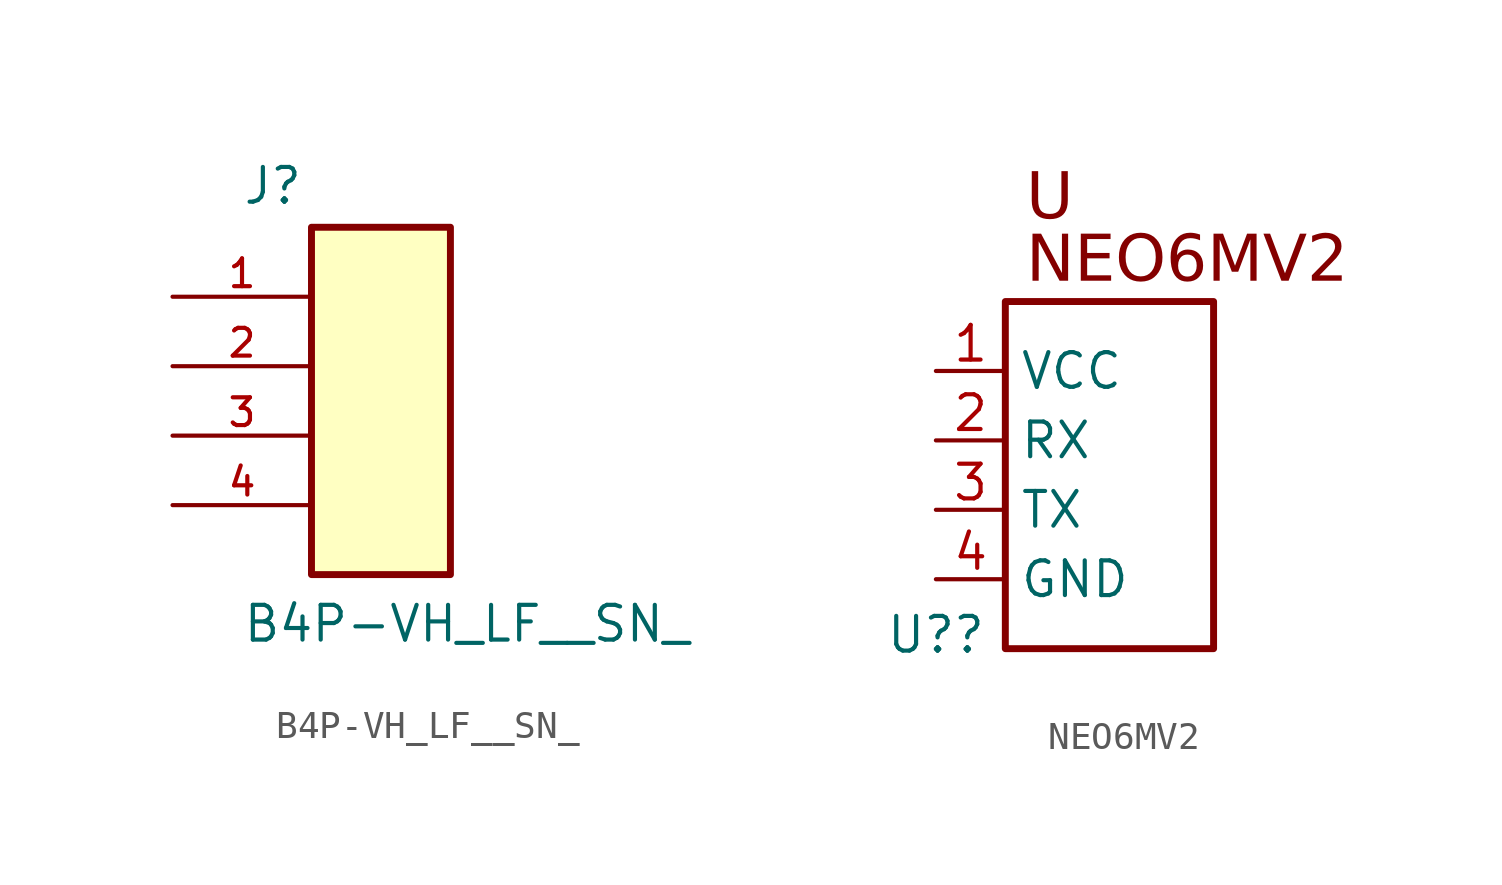
<source format=kicad_sym>
(kicad_symbol_lib
  (version 20231120)
  (generator "kicad_symbol_editor")
  (generator_version "8.0")
  (symbol "B4P-VH_LF__SN_"
    (pin_names
      (offset 1.016))
    (property "Reference" "J"
      (at -5.083 5.852 0)
      (effects (font (size 1.27 1.27)) (justify left bottom)))
    (property "Value" "B4P-VH_LF__SN_"
      (at -5.085 -10.16 0)
      (effects (font (size 1.27 1.27)) (justify left bottom)))
    (symbol "B4P-VH_LF__SN__0_0"
      (rectangle (start -2.54 -7.62) (end 2.54 5.08) (stroke (width 0.254) (type default)) (fill (type background)))
      (pin passive line (at -7.62 2.54 0) (length 5.08) (name "~" (effects (font (size 1.016 1.016)))) (number "1" (effects (font (size 1.016 1.016)))))
      (pin passive line (at -7.62 0 0) (length 5.08) (name "~" (effects (font (size 1.016 1.016)))) (number "2" (effects (font (size 1.016 1.016)))))
      (pin passive line (at -7.62 -2.54 0) (length 5.08) (name "~" (effects (font (size 1.016 1.016)))) (number "3" (effects (font (size 1.016 1.016)))))
      (pin passive line (at -7.62 -5.08 0) (length 5.08) (name "~" (effects (font (size 1.016 1.016)))) (number "4" (effects (font (size 1.016 1.016)))))))
  (symbol "NEO6MV2"
    (property "Reference" "U?"
      (at 0 -2.032 0)
      (effects (font (size 1.27 1.27))))
    (property "Value" ""
      (at 0 0 0)
      (effects (font (size 1.27 1.27))))
    (symbol "NEO6MV2_0_0"
      (rectangle (start 2.54 10.16) (end 10.16 -2.54) (stroke (width 0.254) (type solid)) (fill (type none)))
      (text "NEO6MV2" (at 3.302 12.611 0) (effects (font (face "Arial") (size 1.689 1.689)) (justify left top)))
      (text "U" (at 3.302 14.897 0) (effects (font (face "Arial") (size 1.689 1.689)) (justify left top)))
      (pin passive line (at 0 7.62 0) (length 2.54) (name "VCC" (effects (font (size 1.27 1.27)))) (number "1" (effects (font (size 1.27 1.27)))))
      (pin input line (at 0 5.08 0) (length 2.54) (name "RX" (effects (font (size 1.27 1.27)))) (number "2" (effects (font (size 1.27 1.27)))))
      (pin output line (at 0 2.54 0) (length 2.54) (name "TX" (effects (font (size 1.27 1.27)))) (number "3" (effects (font (size 1.27 1.27)))))
      (pin passive line (at 0 0 0) (length 2.54) (name "GND" (effects (font (size 1.27 1.27)))) (number "4" (effects (font (size 1.27 1.27))))))))
</source>
